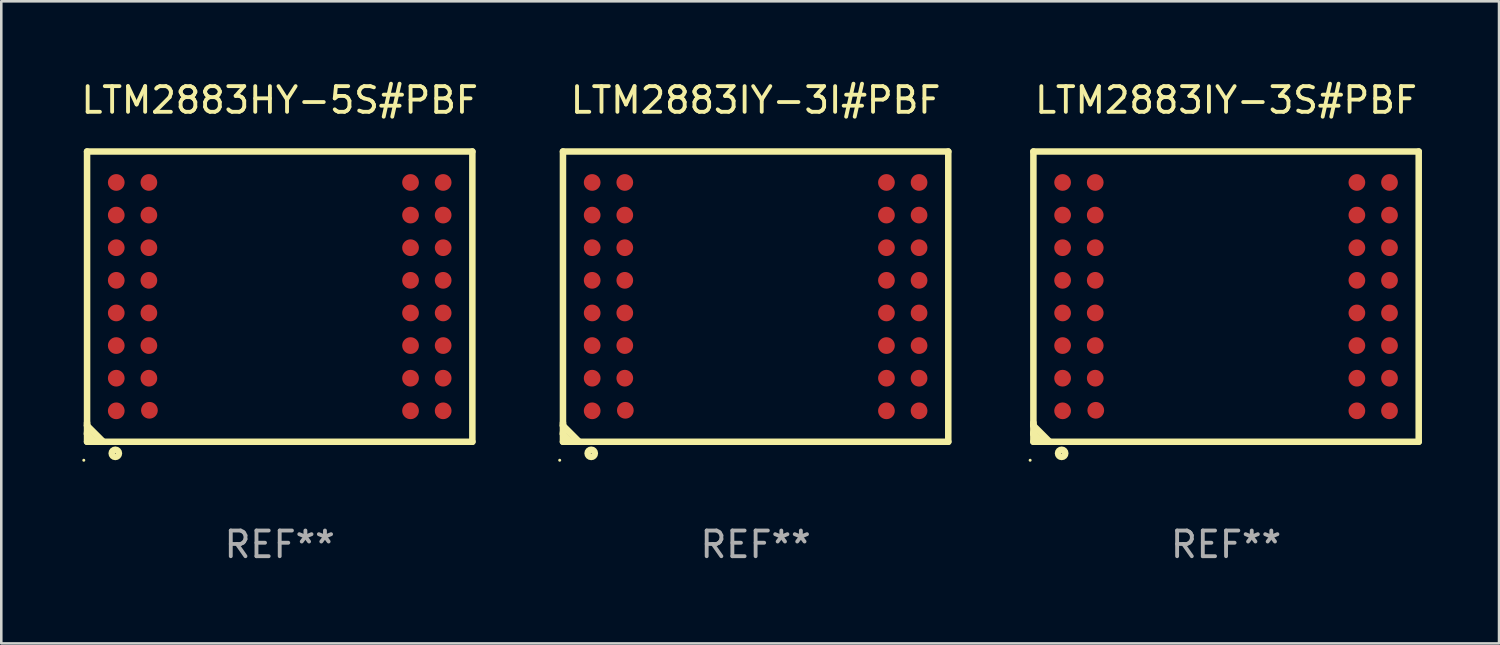
<source format=kicad_pcb>
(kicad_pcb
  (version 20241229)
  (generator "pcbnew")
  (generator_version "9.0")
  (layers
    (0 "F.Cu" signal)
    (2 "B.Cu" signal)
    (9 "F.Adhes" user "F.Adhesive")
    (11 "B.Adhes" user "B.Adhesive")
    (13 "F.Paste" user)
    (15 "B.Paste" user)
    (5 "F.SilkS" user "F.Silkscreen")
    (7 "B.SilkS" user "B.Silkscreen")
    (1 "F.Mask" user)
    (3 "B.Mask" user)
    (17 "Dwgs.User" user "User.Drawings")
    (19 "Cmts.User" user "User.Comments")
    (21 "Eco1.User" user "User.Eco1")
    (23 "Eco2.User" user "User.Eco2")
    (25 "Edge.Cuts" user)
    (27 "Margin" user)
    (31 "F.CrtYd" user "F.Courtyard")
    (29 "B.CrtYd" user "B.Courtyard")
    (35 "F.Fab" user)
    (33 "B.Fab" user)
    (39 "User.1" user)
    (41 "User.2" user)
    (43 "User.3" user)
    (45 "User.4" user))
  (footprint "LTM2883IY-3S#PBF"
    (layer "F.Cu")
    (at 44.68 8.498)
    (property "Reference" "LTM2883IY-3S#PBF" (at 0 -7.65 0) (layer "F.SilkS") (effects (font (size 1 1) (thickness 0.15))))
    (attr through_hole)
    (fp_line (start -7.5 -5.65) (end -7.5 5.65) (stroke (width 0.254) (type solid)) (layer "F.SilkS"))
    (fp_line (start -7.5 -5.65) (end 7.5 -5.65) (stroke (width 0.254) (type solid)) (layer "F.SilkS"))
    (fp_line (start -7.5 4.911) (end -7.5 5.02) (stroke (width 0.254) (type solid)) (layer "F.SilkS"))
    (fp_line (start -7.5 5.02) (end -6.87 5.65) (stroke (width 0.254) (type solid)) (layer "F.SilkS"))
    (fp_line (start -7.5 5.286) (end -7.5 5.347) (stroke (width 0.254) (type solid)) (layer "F.SilkS"))
    (fp_line (start -7.5 5.347) (end -7.197 5.65) (stroke (width 0.254) (type solid)) (layer "F.SilkS"))
    (fp_line (start -7.5 5.65) (end 7.5 5.65) (stroke (width 0.254) (type solid)) (layer "F.SilkS"))
    (fp_line (start 7.5 -5.65) (end 7.5 5.65) (stroke (width 0.254) (type solid)) (layer "F.SilkS"))
    (fp_circle (center -7.627 6.369) (end -7.597 6.369) (stroke (width 0.06) (type solid)) (fill no) (layer "F.SilkS"))
    (fp_circle (center -6.4 6.1) (end -6.259 6.1) (stroke (width 0.254) (type solid)) (fill no) (layer "F.SilkS"))
    (fp_text user "REF**" (at 0 9.65 0) (layer "F.Fab") (effects (font (size 1 1) (thickness 0.15))))
    (pad "A1" smd circle (at -6.363 4.445) (size 0.65 0.65) (layers "F.Cu" "F.Mask" "F.Paste"))
    (pad "A2" smd circle (at -6.363 3.175) (size 0.65 0.65) (layers "F.Cu" "F.Mask" "F.Paste"))
    (pad "A3" smd circle (at -6.363 1.905) (size 0.65 0.65) (layers "F.Cu" "F.Mask" "F.Paste"))
    (pad "A4" smd circle (at -6.363 0.635) (size 0.65 0.65) (layers "F.Cu" "F.Mask" "F.Paste"))
    (pad "A5" smd circle (at -6.363 -0.635) (size 0.65 0.65) (layers "F.Cu" "F.Mask" "F.Paste"))
    (pad "A6" smd circle (at -6.363 -1.905) (size 0.65 0.65) (layers "F.Cu" "F.Mask" "F.Paste"))
    (pad "A7" smd circle (at -6.363 -3.175) (size 0.65 0.65) (layers "F.Cu" "F.Mask" "F.Paste"))
    (pad "A8" smd circle (at -6.363 -4.445) (size 0.65 0.65) (layers "F.Cu" "F.Mask" "F.Paste"))
    (pad "B1" smd circle (at -5.072 4.425) (size 0.65 0.65) (layers "F.Cu" "F.Mask" "F.Paste"))
    (pad "B2" smd circle (at -5.093 3.175) (size 0.65 0.65) (layers "F.Cu" "F.Mask" "F.Paste"))
    (pad "B3" smd circle (at -5.093 1.905) (size 0.65 0.65) (layers "F.Cu" "F.Mask" "F.Paste"))
    (pad "B4" smd circle (at -5.093 0.635) (size 0.65 0.65) (layers "F.Cu" "F.Mask" "F.Paste"))
    (pad "B5" smd circle (at -5.093 -0.635) (size 0.65 0.65) (layers "F.Cu" "F.Mask" "F.Paste"))
    (pad "B6" smd circle (at -5.093 -1.905) (size 0.65 0.65) (layers "F.Cu" "F.Mask" "F.Paste"))
    (pad "B7" smd circle (at -5.093 -3.175) (size 0.65 0.65) (layers "F.Cu" "F.Mask" "F.Paste"))
    (pad "B8" smd circle (at -5.093 -4.445) (size 0.65 0.65) (layers "F.Cu" "F.Mask" "F.Paste"))
    (pad "K1" smd circle (at 5.093 4.445) (size 0.65 0.65) (layers "F.Cu" "F.Mask" "F.Paste"))
    (pad "K2" smd circle (at 5.093 3.175) (size 0.65 0.65) (layers "F.Cu" "F.Mask" "F.Paste"))
    (pad "K3" smd circle (at 5.093 1.905) (size 0.65 0.65) (layers "F.Cu" "F.Mask" "F.Paste"))
    (pad "K4" smd circle (at 5.093 0.635) (size 0.65 0.65) (layers "F.Cu" "F.Mask" "F.Paste"))
    (pad "K5" smd circle (at 5.093 -0.635) (size 0.65 0.65) (layers "F.Cu" "F.Mask" "F.Paste"))
    (pad "K6" smd circle (at 5.093 -1.905) (size 0.65 0.65) (layers "F.Cu" "F.Mask" "F.Paste"))
    (pad "K7" smd circle (at 5.093 -3.175) (size 0.65 0.65) (layers "F.Cu" "F.Mask" "F.Paste"))
    (pad "K8" smd circle (at 5.093 -4.445) (size 0.65 0.65) (layers "F.Cu" "F.Mask" "F.Paste"))
    (pad "L1" smd circle (at 6.363 4.445) (size 0.65 0.65) (layers "F.Cu" "F.Mask" "F.Paste"))
    (pad "L2" smd circle (at 6.363 3.175) (size 0.65 0.65) (layers "F.Cu" "F.Mask" "F.Paste"))
    (pad "L3" smd circle (at 6.363 1.905) (size 0.65 0.65) (layers "F.Cu" "F.Mask" "F.Paste"))
    (pad "L4" smd circle (at 6.363 0.635) (size 0.65 0.65) (layers "F.Cu" "F.Mask" "F.Paste"))
    (pad "L5" smd circle (at 6.363 -0.635) (size 0.65 0.65) (layers "F.Cu" "F.Mask" "F.Paste"))
    (pad "L6" smd circle (at 6.363 -1.905) (size 0.65 0.65) (layers "F.Cu" "F.Mask" "F.Paste"))
    (pad "L7" smd circle (at 6.363 -3.175) (size 0.65 0.65) (layers "F.Cu" "F.Mask" "F.Paste"))
    (pad "L8" smd circle (at 6.363 -4.445) (size 0.65 0.65) (layers "F.Cu" "F.Mask" "F.Paste")))
  (footprint "LTM2883HY-5S#PBF"
    (layer "F.Cu")
    (at 7.839 8.498)
    (property "Reference" "LTM2883HY-5S#PBF" (at 0 -7.65 0) (layer "F.SilkS") (effects (font (size 1 1) (thickness 0.15))))
    (attr through_hole)
    (fp_line (start -7.5 -5.65) (end -7.5 5.65) (stroke (width 0.254) (type solid)) (layer "F.SilkS"))
    (fp_line (start -7.5 -5.65) (end 7.5 -5.65) (stroke (width 0.254) (type solid)) (layer "F.SilkS"))
    (fp_line (start -7.5 4.911) (end -7.5 5.02) (stroke (width 0.254) (type solid)) (layer "F.SilkS"))
    (fp_line (start -7.5 5.02) (end -6.87 5.65) (stroke (width 0.254) (type solid)) (layer "F.SilkS"))
    (fp_line (start -7.5 5.286) (end -7.5 5.347) (stroke (width 0.254) (type solid)) (layer "F.SilkS"))
    (fp_line (start -7.5 5.347) (end -7.197 5.65) (stroke (width 0.254) (type solid)) (layer "F.SilkS"))
    (fp_line (start -7.5 5.65) (end 7.5 5.65) (stroke (width 0.254) (type solid)) (layer "F.SilkS"))
    (fp_line (start 7.5 -5.65) (end 7.5 5.65) (stroke (width 0.254) (type solid)) (layer "F.SilkS"))
    (fp_circle (center -7.627 6.369) (end -7.597 6.369) (stroke (width 0.06) (type solid)) (fill no) (layer "F.SilkS"))
    (fp_circle (center -6.4 6.1) (end -6.259 6.1) (stroke (width 0.254) (type solid)) (fill no) (layer "F.SilkS"))
    (fp_text user "REF**" (at 0 9.65 0) (layer "F.Fab") (effects (font (size 1 1) (thickness 0.15))))
    (pad "A1" smd circle (at -6.363 4.445) (size 0.65 0.65) (layers "F.Cu" "F.Mask" "F.Paste"))
    (pad "A2" smd circle (at -6.363 3.175) (size 0.65 0.65) (layers "F.Cu" "F.Mask" "F.Paste"))
    (pad "A3" smd circle (at -6.363 1.905) (size 0.65 0.65) (layers "F.Cu" "F.Mask" "F.Paste"))
    (pad "A4" smd circle (at -6.363 0.635) (size 0.65 0.65) (layers "F.Cu" "F.Mask" "F.Paste"))
    (pad "A5" smd circle (at -6.363 -0.635) (size 0.65 0.65) (layers "F.Cu" "F.Mask" "F.Paste"))
    (pad "A6" smd circle (at -6.363 -1.905) (size 0.65 0.65) (layers "F.Cu" "F.Mask" "F.Paste"))
    (pad "A7" smd circle (at -6.363 -3.175) (size 0.65 0.65) (layers "F.Cu" "F.Mask" "F.Paste"))
    (pad "A8" smd circle (at -6.363 -4.445) (size 0.65 0.65) (layers "F.Cu" "F.Mask" "F.Paste"))
    (pad "B1" smd circle (at -5.072 4.425) (size 0.65 0.65) (layers "F.Cu" "F.Mask" "F.Paste"))
    (pad "B2" smd circle (at -5.093 3.175) (size 0.65 0.65) (layers "F.Cu" "F.Mask" "F.Paste"))
    (pad "B3" smd circle (at -5.093 1.905) (size 0.65 0.65) (layers "F.Cu" "F.Mask" "F.Paste"))
    (pad "B4" smd circle (at -5.093 0.635) (size 0.65 0.65) (layers "F.Cu" "F.Mask" "F.Paste"))
    (pad "B5" smd circle (at -5.093 -0.635) (size 0.65 0.65) (layers "F.Cu" "F.Mask" "F.Paste"))
    (pad "B6" smd circle (at -5.093 -1.905) (size 0.65 0.65) (layers "F.Cu" "F.Mask" "F.Paste"))
    (pad "B7" smd circle (at -5.093 -3.175) (size 0.65 0.65) (layers "F.Cu" "F.Mask" "F.Paste"))
    (pad "B8" smd circle (at -5.093 -4.445) (size 0.65 0.65) (layers "F.Cu" "F.Mask" "F.Paste"))
    (pad "K1" smd circle (at 5.093 4.445) (size 0.65 0.65) (layers "F.Cu" "F.Mask" "F.Paste"))
    (pad "K2" smd circle (at 5.093 3.175) (size 0.65 0.65) (layers "F.Cu" "F.Mask" "F.Paste"))
    (pad "K3" smd circle (at 5.093 1.905) (size 0.65 0.65) (layers "F.Cu" "F.Mask" "F.Paste"))
    (pad "K4" smd circle (at 5.093 0.635) (size 0.65 0.65) (layers "F.Cu" "F.Mask" "F.Paste"))
    (pad "K5" smd circle (at 5.093 -0.635) (size 0.65 0.65) (layers "F.Cu" "F.Mask" "F.Paste"))
    (pad "K6" smd circle (at 5.093 -1.905) (size 0.65 0.65) (layers "F.Cu" "F.Mask" "F.Paste"))
    (pad "K7" smd circle (at 5.093 -3.175) (size 0.65 0.65) (layers "F.Cu" "F.Mask" "F.Paste"))
    (pad "K8" smd circle (at 5.093 -4.445) (size 0.65 0.65) (layers "F.Cu" "F.Mask" "F.Paste"))
    (pad "L1" smd circle (at 6.363 4.445) (size 0.65 0.65) (layers "F.Cu" "F.Mask" "F.Paste"))
    (pad "L2" smd circle (at 6.363 3.175) (size 0.65 0.65) (layers "F.Cu" "F.Mask" "F.Paste"))
    (pad "L3" smd circle (at 6.363 1.905) (size 0.65 0.65) (layers "F.Cu" "F.Mask" "F.Paste"))
    (pad "L4" smd circle (at 6.363 0.635) (size 0.65 0.65) (layers "F.Cu" "F.Mask" "F.Paste"))
    (pad "L5" smd circle (at 6.363 -0.635) (size 0.65 0.65) (layers "F.Cu" "F.Mask" "F.Paste"))
    (pad "L6" smd circle (at 6.363 -1.905) (size 0.65 0.65) (layers "F.Cu" "F.Mask" "F.Paste"))
    (pad "L7" smd circle (at 6.363 -3.175) (size 0.65 0.65) (layers "F.Cu" "F.Mask" "F.Paste"))
    (pad "L8" smd circle (at 6.363 -4.445) (size 0.65 0.65) (layers "F.Cu" "F.Mask" "F.Paste")))
  (footprint "LTM2883IY-3I#PBF"
    (layer "F.Cu")
    (at 26.366 8.498)
    (property "Reference" "LTM2883IY-3I#PBF" (at 0 -7.65 0) (layer "F.SilkS") (effects (font (size 1 1) (thickness 0.15))))
    (attr through_hole)
    (fp_line (start -7.5 -5.65) (end -7.5 5.65) (stroke (width 0.254) (type solid)) (layer "F.SilkS"))
    (fp_line (start -7.5 -5.65) (end 7.5 -5.65) (stroke (width 0.254) (type solid)) (layer "F.SilkS"))
    (fp_line (start -7.5 4.911) (end -7.5 5.02) (stroke (width 0.254) (type solid)) (layer "F.SilkS"))
    (fp_line (start -7.5 5.02) (end -6.87 5.65) (stroke (width 0.254) (type solid)) (layer "F.SilkS"))
    (fp_line (start -7.5 5.286) (end -7.5 5.347) (stroke (width 0.254) (type solid)) (layer "F.SilkS"))
    (fp_line (start -7.5 5.347) (end -7.197 5.65) (stroke (width 0.254) (type solid)) (layer "F.SilkS"))
    (fp_line (start -7.5 5.65) (end 7.5 5.65) (stroke (width 0.254) (type solid)) (layer "F.SilkS"))
    (fp_line (start 7.5 -5.65) (end 7.5 5.65) (stroke (width 0.254) (type solid)) (layer "F.SilkS"))
    (fp_circle (center -7.627 6.369) (end -7.597 6.369) (stroke (width 0.06) (type solid)) (fill no) (layer "F.SilkS"))
    (fp_circle (center -6.4 6.1) (end -6.259 6.1) (stroke (width 0.254) (type solid)) (fill no) (layer "F.SilkS"))
    (fp_text user "REF**" (at 0 9.65 0) (layer "F.Fab") (effects (font (size 1 1) (thickness 0.15))))
    (pad "A1" smd circle (at -6.363 4.445) (size 0.65 0.65) (layers "F.Cu" "F.Mask" "F.Paste"))
    (pad "A2" smd circle (at -6.363 3.175) (size 0.65 0.65) (layers "F.Cu" "F.Mask" "F.Paste"))
    (pad "A3" smd circle (at -6.363 1.905) (size 0.65 0.65) (layers "F.Cu" "F.Mask" "F.Paste"))
    (pad "A4" smd circle (at -6.363 0.635) (size 0.65 0.65) (layers "F.Cu" "F.Mask" "F.Paste"))
    (pad "A5" smd circle (at -6.363 -0.635) (size 0.65 0.65) (layers "F.Cu" "F.Mask" "F.Paste"))
    (pad "A6" smd circle (at -6.363 -1.905) (size 0.65 0.65) (layers "F.Cu" "F.Mask" "F.Paste"))
    (pad "A7" smd circle (at -6.363 -3.175) (size 0.65 0.65) (layers "F.Cu" "F.Mask" "F.Paste"))
    (pad "A8" smd circle (at -6.363 -4.445) (size 0.65 0.65) (layers "F.Cu" "F.Mask" "F.Paste"))
    (pad "B1" smd circle (at -5.072 4.425) (size 0.65 0.65) (layers "F.Cu" "F.Mask" "F.Paste"))
    (pad "B2" smd circle (at -5.093 3.175) (size 0.65 0.65) (layers "F.Cu" "F.Mask" "F.Paste"))
    (pad "B3" smd circle (at -5.093 1.905) (size 0.65 0.65) (layers "F.Cu" "F.Mask" "F.Paste"))
    (pad "B4" smd circle (at -5.093 0.635) (size 0.65 0.65) (layers "F.Cu" "F.Mask" "F.Paste"))
    (pad "B5" smd circle (at -5.093 -0.635) (size 0.65 0.65) (layers "F.Cu" "F.Mask" "F.Paste"))
    (pad "B6" smd circle (at -5.093 -1.905) (size 0.65 0.65) (layers "F.Cu" "F.Mask" "F.Paste"))
    (pad "B7" smd circle (at -5.093 -3.175) (size 0.65 0.65) (layers "F.Cu" "F.Mask" "F.Paste"))
    (pad "B8" smd circle (at -5.093 -4.445) (size 0.65 0.65) (layers "F.Cu" "F.Mask" "F.Paste"))
    (pad "K1" smd circle (at 5.093 4.445) (size 0.65 0.65) (layers "F.Cu" "F.Mask" "F.Paste"))
    (pad "K2" smd circle (at 5.093 3.175) (size 0.65 0.65) (layers "F.Cu" "F.Mask" "F.Paste"))
    (pad "K3" smd circle (at 5.093 1.905) (size 0.65 0.65) (layers "F.Cu" "F.Mask" "F.Paste"))
    (pad "K4" smd circle (at 5.093 0.635) (size 0.65 0.65) (layers "F.Cu" "F.Mask" "F.Paste"))
    (pad "K5" smd circle (at 5.093 -0.635) (size 0.65 0.65) (layers "F.Cu" "F.Mask" "F.Paste"))
    (pad "K6" smd circle (at 5.093 -1.905) (size 0.65 0.65) (layers "F.Cu" "F.Mask" "F.Paste"))
    (pad "K7" smd circle (at 5.093 -3.175) (size 0.65 0.65) (layers "F.Cu" "F.Mask" "F.Paste"))
    (pad "K8" smd circle (at 5.093 -4.445) (size 0.65 0.65) (layers "F.Cu" "F.Mask" "F.Paste"))
    (pad "L1" smd circle (at 6.363 4.445) (size 0.65 0.65) (layers "F.Cu" "F.Mask" "F.Paste"))
    (pad "L2" smd circle (at 6.363 3.175) (size 0.65 0.65) (layers "F.Cu" "F.Mask" "F.Paste"))
    (pad "L3" smd circle (at 6.363 1.905) (size 0.65 0.65) (layers "F.Cu" "F.Mask" "F.Paste"))
    (pad "L4" smd circle (at 6.363 0.635) (size 0.65 0.65) (layers "F.Cu" "F.Mask" "F.Paste"))
    (pad "L5" smd circle (at 6.363 -0.635) (size 0.65 0.65) (layers "F.Cu" "F.Mask" "F.Paste"))
    (pad "L6" smd circle (at 6.363 -1.905) (size 0.65 0.65) (layers "F.Cu" "F.Mask" "F.Paste"))
    (pad "L7" smd circle (at 6.363 -3.175) (size 0.65 0.65) (layers "F.Cu" "F.Mask" "F.Paste"))
    (pad "L8" smd circle (at 6.363 -4.445) (size 0.65 0.65) (layers "F.Cu" "F.Mask" "F.Paste")))
  (gr_rect
    (start -3 -3)
    (end 55.307 21.997)
    (stroke (width 0.1) (type default))
    (fill no)
    (layer "Edge.Cuts")))
</source>
